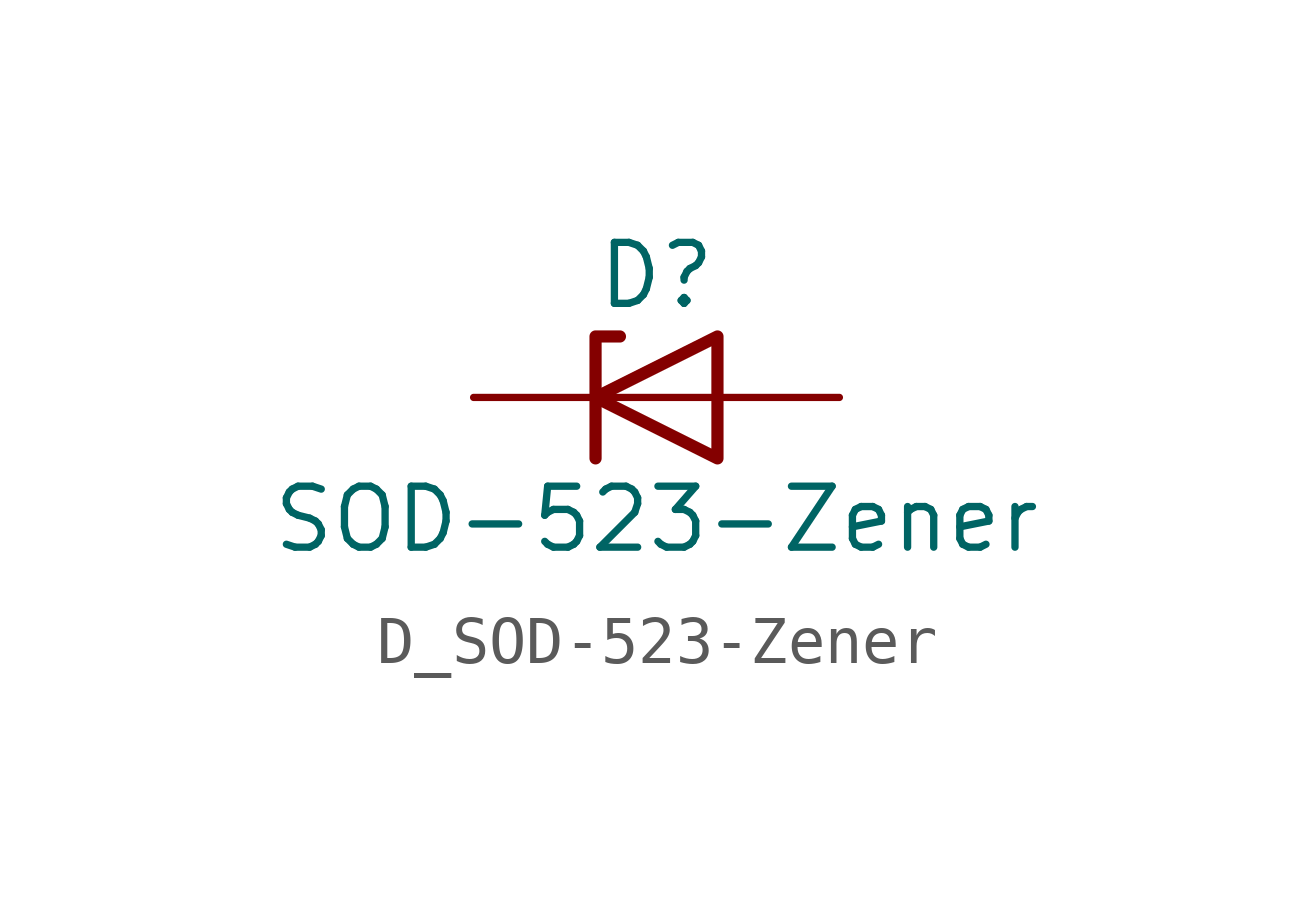
<source format=kicad_sym>
(kicad_symbol_lib
  (version 20220914)
  (generator kicad_symbol_editor)
  (symbol "D_SOD-523-Zener"
    (pin_numbers hide)
    (pin_names
      (offset 1.016) hide)
    (property "Reference" "D"
      (at 0 2.54 0)
      (effects (font (size 1.27 1.27))))
    (property "Value" "SOD-523-Zener"
      (at 0 -2.54 0)
      (effects (font (size 1.27 1.27))))
    (symbol "D_SOD-523-Zener_0_1"
      (polyline (pts (xy 1.27 0) (xy -1.27 0)) (stroke (width 0) (type default)) (fill (type none)))
      (polyline (pts (xy -1.27 -1.27) (xy -1.27 1.27) (xy -0.762 1.27)) (stroke (width 0.254) (type default)) (fill (type none)))
      (polyline (pts (xy 1.27 -1.27) (xy 1.27 1.27) (xy -1.27 0) (xy 1.27 -1.27)) (stroke (width 0.254) (type default)) (fill (type none))))
    (symbol "D_SOD-523-Zener_1_1"
      (pin passive line (at -3.81 0 0) (length 2.54) (name "K" (effects (font (size 1.27 1.27)))) (number "1" (effects (font (size 1.27 1.27)))))
      (pin passive line (at 3.81 0 180) (length 2.54) (name "A" (effects (font (size 1.27 1.27)))) (number "2" (effects (font (size 1.27 1.27))))))))
</source>
